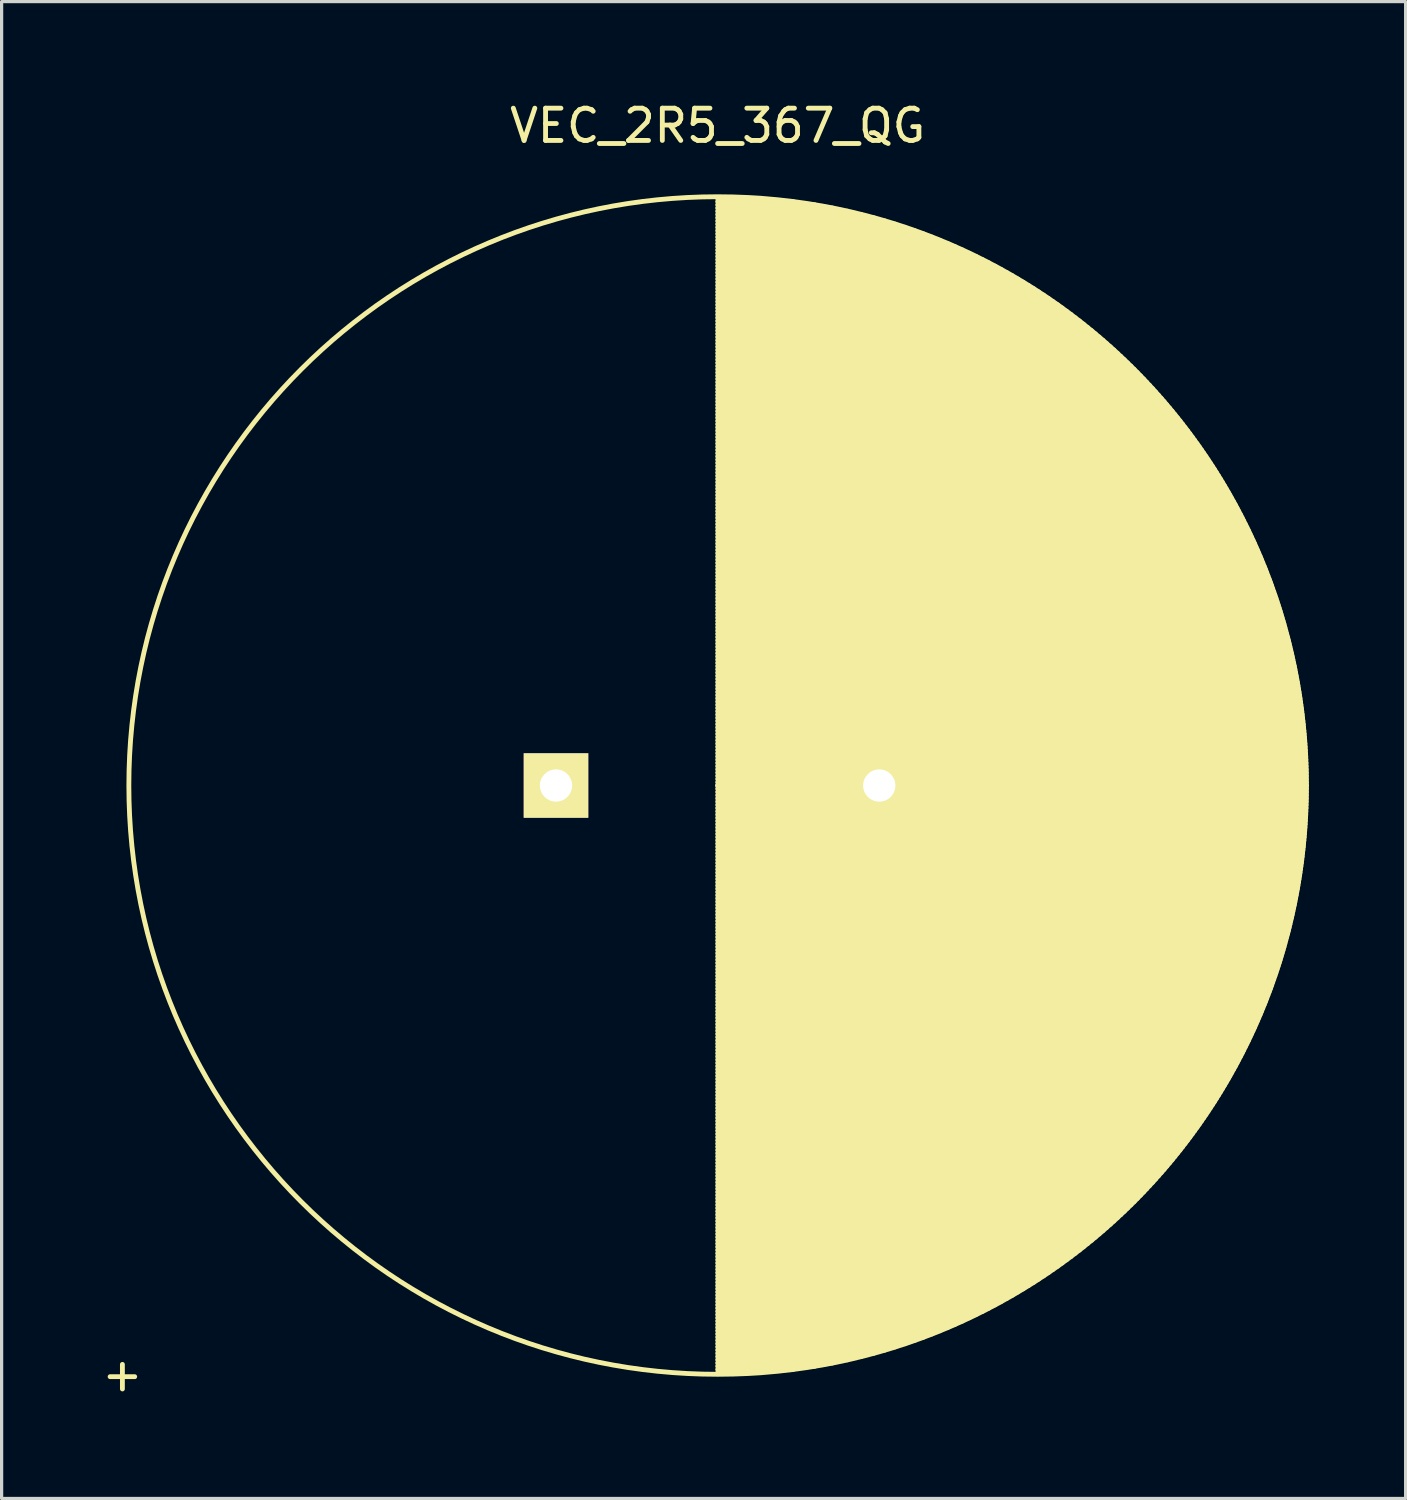
<source format=kicad_pcb>
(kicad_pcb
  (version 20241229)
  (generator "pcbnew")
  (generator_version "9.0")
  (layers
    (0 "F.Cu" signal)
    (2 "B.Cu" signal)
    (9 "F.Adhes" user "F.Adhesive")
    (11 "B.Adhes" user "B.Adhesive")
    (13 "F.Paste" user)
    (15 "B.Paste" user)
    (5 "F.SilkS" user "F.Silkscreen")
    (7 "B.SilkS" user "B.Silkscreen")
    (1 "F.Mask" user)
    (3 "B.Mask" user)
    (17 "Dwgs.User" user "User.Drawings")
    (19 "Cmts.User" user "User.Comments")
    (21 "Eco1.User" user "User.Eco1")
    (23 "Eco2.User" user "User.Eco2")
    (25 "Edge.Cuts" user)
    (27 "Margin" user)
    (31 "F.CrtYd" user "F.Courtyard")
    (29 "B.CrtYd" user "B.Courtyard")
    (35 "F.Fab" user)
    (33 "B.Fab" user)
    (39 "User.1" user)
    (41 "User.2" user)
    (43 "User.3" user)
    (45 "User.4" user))
  (footprint "VEC_2R5_367_QG"
    (layer "F.Cu")
    (at 14.184 21.298)
    (property "Reference" "VEC_2R5_367_QG" (at 5.01 -20.45 0) (layer "F.SilkS") (effects (font (size 1 1) (thickness 0.15))))
    (attr through_hole)
    (fp_line (start 5.01 -18.2) (end 6.36 -18.2) (stroke (width 0.15) (type solid)) (layer "F.SilkS"))
    (fp_line (start 5.01 -18.1) (end 7.345 -18.1) (stroke (width 0.15) (type solid)) (layer "F.SilkS"))
    (fp_line (start 5.01 -18) (end 8.02 -18) (stroke (width 0.15) (type solid)) (layer "F.SilkS"))
    (fp_line (start 5.01 -17.9) (end 8.567 -17.9) (stroke (width 0.15) (type solid)) (layer "F.SilkS"))
    (fp_line (start 5.01 -17.8) (end 9.038 -17.8) (stroke (width 0.15) (type solid)) (layer "F.SilkS"))
    (fp_line (start 5.01 -17.7) (end 9.457 -17.7) (stroke (width 0.15) (type solid)) (layer "F.SilkS"))
    (fp_line (start 5.01 -17.6) (end 9.837 -17.6) (stroke (width 0.15) (type solid)) (layer "F.SilkS"))
    (fp_line (start 5.01 -17.5) (end 10.188 -17.5) (stroke (width 0.15) (type solid)) (layer "F.SilkS"))
    (fp_line (start 5.01 -17.4) (end 10.515 -17.4) (stroke (width 0.15) (type solid)) (layer "F.SilkS"))
    (fp_line (start 5.01 -17.3) (end 10.821 -17.3) (stroke (width 0.15) (type solid)) (layer "F.SilkS"))
    (fp_line (start 5.01 -17.2) (end 11.111 -17.2) (stroke (width 0.15) (type solid)) (layer "F.SilkS"))
    (fp_line (start 5.01 -17.1) (end 11.386 -17.1) (stroke (width 0.15) (type solid)) (layer "F.SilkS"))
    (fp_line (start 5.01 -17) (end 11.648 -17) (stroke (width 0.15) (type solid)) (layer "F.SilkS"))
    (fp_line (start 5.01 -16.9) (end 11.899 -16.9) (stroke (width 0.15) (type solid)) (layer "F.SilkS"))
    (fp_line (start 5.01 -16.8) (end 12.139 -16.8) (stroke (width 0.15) (type solid)) (layer "F.SilkS"))
    (fp_line (start 5.01 -16.7) (end 12.37 -16.7) (stroke (width 0.15) (type solid)) (layer "F.SilkS"))
    (fp_line (start 5.01 -16.6) (end 12.593 -16.6) (stroke (width 0.15) (type solid)) (layer "F.SilkS"))
    (fp_line (start 5.01 -16.5) (end 12.808 -16.5) (stroke (width 0.15) (type solid)) (layer "F.SilkS"))
    (fp_line (start 5.01 -16.4) (end 13.016 -16.4) (stroke (width 0.15) (type solid)) (layer "F.SilkS"))
    (fp_line (start 5.01 -16.3) (end 13.218 -16.3) (stroke (width 0.15) (type solid)) (layer "F.SilkS"))
    (fp_line (start 5.01 -16.2) (end 13.414 -16.2) (stroke (width 0.15) (type solid)) (layer "F.SilkS"))
    (fp_line (start 5.01 -16.1) (end 13.604 -16.1) (stroke (width 0.15) (type solid)) (layer "F.SilkS"))
    (fp_line (start 5.01 -16) (end 13.789 -16) (stroke (width 0.15) (type solid)) (layer "F.SilkS"))
    (fp_line (start 5.01 -15.9) (end 13.968 -15.9) (stroke (width 0.15) (type solid)) (layer "F.SilkS"))
    (fp_line (start 5.01 -15.8) (end 14.144 -15.8) (stroke (width 0.15) (type solid)) (layer "F.SilkS"))
    (fp_line (start 5.01 -15.7) (end 14.314 -15.7) (stroke (width 0.15) (type solid)) (layer "F.SilkS"))
    (fp_line (start 5.01 -15.6) (end 14.481 -15.6) (stroke (width 0.15) (type solid)) (layer "F.SilkS"))
    (fp_line (start 5.01 -15.5) (end 14.644 -15.5) (stroke (width 0.15) (type solid)) (layer "F.SilkS"))
    (fp_line (start 5.01 -15.4) (end 14.803 -15.4) (stroke (width 0.15) (type solid)) (layer "F.SilkS"))
    (fp_line (start 5.01 -15.3) (end 14.958 -15.3) (stroke (width 0.15) (type solid)) (layer "F.SilkS"))
    (fp_line (start 5.01 -15.2) (end 15.111 -15.2) (stroke (width 0.15) (type solid)) (layer "F.SilkS"))
    (fp_line (start 5.01 -15.1) (end 15.26 -15.1) (stroke (width 0.15) (type solid)) (layer "F.SilkS"))
    (fp_line (start 5.01 -15) (end 15.405 -15) (stroke (width 0.15) (type solid)) (layer "F.SilkS"))
    (fp_line (start 5.01 -14.9) (end 15.548 -14.9) (stroke (width 0.15) (type solid)) (layer "F.SilkS"))
    (fp_line (start 5.01 -14.8) (end 15.688 -14.8) (stroke (width 0.15) (type solid)) (layer "F.SilkS"))
    (fp_line (start 5.01 -14.7) (end 15.825 -14.7) (stroke (width 0.15) (type solid)) (layer "F.SilkS"))
    (fp_line (start 5.01 -14.6) (end 15.96 -14.6) (stroke (width 0.15) (type solid)) (layer "F.SilkS"))
    (fp_line (start 5.01 -14.5) (end 16.092 -14.5) (stroke (width 0.15) (type solid)) (layer "F.SilkS"))
    (fp_line (start 5.01 -14.4) (end 16.222 -14.4) (stroke (width 0.15) (type solid)) (layer "F.SilkS"))
    (fp_line (start 5.01 -14.3) (end 16.349 -14.3) (stroke (width 0.15) (type solid)) (layer "F.SilkS"))
    (fp_line (start 5.01 -14.2) (end 16.474 -14.2) (stroke (width 0.15) (type solid)) (layer "F.SilkS"))
    (fp_line (start 5.01 -14.1) (end 16.597 -14.1) (stroke (width 0.15) (type solid)) (layer "F.SilkS"))
    (fp_line (start 5.01 -14) (end 16.717 -14) (stroke (width 0.15) (type solid)) (layer "F.SilkS"))
    (fp_line (start 5.01 -13.9) (end 16.836 -13.9) (stroke (width 0.15) (type solid)) (layer "F.SilkS"))
    (fp_line (start 5.01 -13.8) (end 16.952 -13.8) (stroke (width 0.15) (type solid)) (layer "F.SilkS"))
    (fp_line (start 5.01 -13.7) (end 17.067 -13.7) (stroke (width 0.15) (type solid)) (layer "F.SilkS"))
    (fp_line (start 5.01 -13.6) (end 17.18 -13.6) (stroke (width 0.15) (type solid)) (layer "F.SilkS"))
    (fp_line (start 5.01 -13.5) (end 17.291 -13.5) (stroke (width 0.15) (type solid)) (layer "F.SilkS"))
    (fp_line (start 5.01 -13.4) (end 17.4 -13.4) (stroke (width 0.15) (type solid)) (layer "F.SilkS"))
    (fp_line (start 5.01 -13.3) (end 17.507 -13.3) (stroke (width 0.15) (type solid)) (layer "F.SilkS"))
    (fp_line (start 5.01 -13.2) (end 17.612 -13.2) (stroke (width 0.15) (type solid)) (layer "F.SilkS"))
    (fp_line (start 5.01 -13.1) (end 17.716 -13.1) (stroke (width 0.15) (type solid)) (layer "F.SilkS"))
    (fp_line (start 5.01 -13) (end 17.819 -13) (stroke (width 0.15) (type solid)) (layer "F.SilkS"))
    (fp_line (start 5.01 -12.9) (end 17.919 -12.9) (stroke (width 0.15) (type solid)) (layer "F.SilkS"))
    (fp_line (start 5.01 -12.8) (end 18.019 -12.8) (stroke (width 0.15) (type solid)) (layer "F.SilkS"))
    (fp_line (start 5.01 -12.7) (end 18.116 -12.7) (stroke (width 0.15) (type solid)) (layer "F.SilkS"))
    (fp_line (start 5.01 -12.6) (end 18.212 -12.6) (stroke (width 0.15) (type solid)) (layer "F.SilkS"))
    (fp_line (start 5.01 -12.5) (end 18.307 -12.5) (stroke (width 0.15) (type solid)) (layer "F.SilkS"))
    (fp_line (start 5.01 -12.4) (end 18.4 -12.4) (stroke (width 0.15) (type solid)) (layer "F.SilkS"))
    (fp_line (start 5.01 -12.3) (end 18.492 -12.3) (stroke (width 0.15) (type solid)) (layer "F.SilkS"))
    (fp_line (start 5.01 -12.2) (end 18.583 -12.2) (stroke (width 0.15) (type solid)) (layer "F.SilkS"))
    (fp_line (start 5.01 -12.1) (end 18.672 -12.1) (stroke (width 0.15) (type solid)) (layer "F.SilkS"))
    (fp_line (start 5.01 -12) (end 18.76 -12) (stroke (width 0.15) (type solid)) (layer "F.SilkS"))
    (fp_line (start 5.01 -11.9) (end 18.847 -11.9) (stroke (width 0.15) (type solid)) (layer "F.SilkS"))
    (fp_line (start 5.01 -11.8) (end 18.932 -11.8) (stroke (width 0.15) (type solid)) (layer "F.SilkS"))
    (fp_line (start 5.01 -11.7) (end 19.016 -11.7) (stroke (width 0.15) (type solid)) (layer "F.SilkS"))
    (fp_line (start 5.01 -11.6) (end 19.099 -11.6) (stroke (width 0.15) (type solid)) (layer "F.SilkS"))
    (fp_line (start 5.01 -11.5) (end 19.181 -11.5) (stroke (width 0.15) (type solid)) (layer "F.SilkS"))
    (fp_line (start 5.01 -11.4) (end 19.261 -11.4) (stroke (width 0.15) (type solid)) (layer "F.SilkS"))
    (fp_line (start 5.01 -11.3) (end 19.341 -11.3) (stroke (width 0.15) (type solid)) (layer "F.SilkS"))
    (fp_line (start 5.01 -11.2) (end 19.419 -11.2) (stroke (width 0.15) (type solid)) (layer "F.SilkS"))
    (fp_line (start 5.01 -11.1) (end 19.496 -11.1) (stroke (width 0.15) (type solid)) (layer "F.SilkS"))
    (fp_line (start 5.01 -11) (end 19.572 -11) (stroke (width 0.15) (type solid)) (layer "F.SilkS"))
    (fp_line (start 5.01 -10.9) (end 19.647 -10.9) (stroke (width 0.15) (type solid)) (layer "F.SilkS"))
    (fp_line (start 5.01 -10.8) (end 19.721 -10.8) (stroke (width 0.15) (type solid)) (layer "F.SilkS"))
    (fp_line (start 5.01 -10.7) (end 19.794 -10.7) (stroke (width 0.15) (type solid)) (layer "F.SilkS"))
    (fp_line (start 5.01 -10.6) (end 19.866 -10.6) (stroke (width 0.15) (type solid)) (layer "F.SilkS"))
    (fp_line (start 5.01 -10.5) (end 19.937 -10.5) (stroke (width 0.15) (type solid)) (layer "F.SilkS"))
    (fp_line (start 5.01 -10.4) (end 20.007 -10.4) (stroke (width 0.15) (type solid)) (layer "F.SilkS"))
    (fp_line (start 5.01 -10.3) (end 20.076 -10.3) (stroke (width 0.15) (type solid)) (layer "F.SilkS"))
    (fp_line (start 5.01 -10.2) (end 20.143 -10.2) (stroke (width 0.15) (type solid)) (layer "F.SilkS"))
    (fp_line (start 5.01 -10.1) (end 20.21 -10.1) (stroke (width 0.15) (type solid)) (layer "F.SilkS"))
    (fp_line (start 5.01 -10) (end 20.276 -10) (stroke (width 0.15) (type solid)) (layer "F.SilkS"))
    (fp_line (start 5.01 -9.9) (end 20.341 -9.9) (stroke (width 0.15) (type solid)) (layer "F.SilkS"))
    (fp_line (start 5.01 -9.8) (end 20.406 -9.8) (stroke (width 0.15) (type solid)) (layer "F.SilkS"))
    (fp_line (start 5.01 -9.7) (end 20.469 -9.7) (stroke (width 0.15) (type solid)) (layer "F.SilkS"))
    (fp_line (start 5.01 -9.6) (end 20.531 -9.6) (stroke (width 0.15) (type solid)) (layer "F.SilkS"))
    (fp_line (start 5.01 -9.5) (end 20.592 -9.5) (stroke (width 0.15) (type solid)) (layer "F.SilkS"))
    (fp_line (start 5.01 -9.4) (end 20.653 -9.4) (stroke (width 0.15) (type solid)) (layer "F.SilkS"))
    (fp_line (start 5.01 -9.3) (end 20.713 -9.3) (stroke (width 0.15) (type solid)) (layer "F.SilkS"))
    (fp_line (start 5.01 -9.2) (end 20.771 -9.2) (stroke (width 0.15) (type solid)) (layer "F.SilkS"))
    (fp_line (start 5.01 -9.1) (end 20.829 -9.1) (stroke (width 0.15) (type solid)) (layer "F.SilkS"))
    (fp_line (start 5.01 -9) (end 20.886 -9) (stroke (width 0.15) (type solid)) (layer "F.SilkS"))
    (fp_line (start 5.01 -8.9) (end 20.943 -8.9) (stroke (width 0.15) (type solid)) (layer "F.SilkS"))
    (fp_line (start 5.01 -8.8) (end 20.998 -8.8) (stroke (width 0.15) (type solid)) (layer "F.SilkS"))
    (fp_line (start 5.01 -8.7) (end 21.053 -8.7) (stroke (width 0.15) (type solid)) (layer "F.SilkS"))
    (fp_line (start 5.01 -8.6) (end 21.107 -8.6) (stroke (width 0.15) (type solid)) (layer "F.SilkS"))
    (fp_line (start 5.01 -8.5) (end 21.16 -8.5) (stroke (width 0.15) (type solid)) (layer "F.SilkS"))
    (fp_line (start 5.01 -8.4) (end 21.212 -8.4) (stroke (width 0.15) (type solid)) (layer "F.SilkS"))
    (fp_line (start 5.01 -8.3) (end 21.263 -8.3) (stroke (width 0.15) (type solid)) (layer "F.SilkS"))
    (fp_line (start 5.01 -8.2) (end 21.314 -8.2) (stroke (width 0.15) (type solid)) (layer "F.SilkS"))
    (fp_line (start 5.01 -8.1) (end 21.364 -8.1) (stroke (width 0.15) (type solid)) (layer "F.SilkS"))
    (fp_line (start 5.01 -8) (end 21.413 -8) (stroke (width 0.15) (type solid)) (layer "F.SilkS"))
    (fp_line (start 5.01 -7.9) (end 21.462 -7.9) (stroke (width 0.15) (type solid)) (layer "F.SilkS"))
    (fp_line (start 5.01 -7.8) (end 21.509 -7.8) (stroke (width 0.15) (type solid)) (layer "F.SilkS"))
    (fp_line (start 5.01 -7.7) (end 21.556 -7.7) (stroke (width 0.15) (type solid)) (layer "F.SilkS"))
    (fp_line (start 5.01 -7.6) (end 21.602 -7.6) (stroke (width 0.15) (type solid)) (layer "F.SilkS"))
    (fp_line (start 5.01 -7.5) (end 21.648 -7.5) (stroke (width 0.15) (type solid)) (layer "F.SilkS"))
    (fp_line (start 5.01 -7.4) (end 21.692 -7.4) (stroke (width 0.15) (type solid)) (layer "F.SilkS"))
    (fp_line (start 5.01 -7.3) (end 21.736 -7.3) (stroke (width 0.15) (type solid)) (layer "F.SilkS"))
    (fp_line (start 5.01 -7.2) (end 21.78 -7.2) (stroke (width 0.15) (type solid)) (layer "F.SilkS"))
    (fp_line (start 5.01 -7.1) (end 21.822 -7.1) (stroke (width 0.15) (type solid)) (layer "F.SilkS"))
    (fp_line (start 5.01 -7) (end 21.864 -7) (stroke (width 0.15) (type solid)) (layer "F.SilkS"))
    (fp_line (start 5.01 -6.9) (end 21.905 -6.9) (stroke (width 0.15) (type solid)) (layer "F.SilkS"))
    (fp_line (start 5.01 -6.8) (end 21.946 -6.8) (stroke (width 0.15) (type solid)) (layer "F.SilkS"))
    (fp_line (start 5.01 -6.7) (end 21.986 -6.7) (stroke (width 0.15) (type solid)) (layer "F.SilkS"))
    (fp_line (start 5.01 -6.6) (end 22.025 -6.6) (stroke (width 0.15) (type solid)) (layer "F.SilkS"))
    (fp_line (start 5.01 -6.5) (end 22.063 -6.5) (stroke (width 0.15) (type solid)) (layer "F.SilkS"))
    (fp_line (start 5.01 -6.4) (end 22.101 -6.4) (stroke (width 0.15) (type solid)) (layer "F.SilkS"))
    (fp_line (start 5.01 -6.3) (end 22.138 -6.3) (stroke (width 0.15) (type solid)) (layer "F.SilkS"))
    (fp_line (start 5.01 -6.2) (end 22.175 -6.2) (stroke (width 0.15) (type solid)) (layer "F.SilkS"))
    (fp_line (start 5.01 -6.1) (end 22.21 -6.1) (stroke (width 0.15) (type solid)) (layer "F.SilkS"))
    (fp_line (start 5.01 -6) (end 22.246 -6) (stroke (width 0.15) (type solid)) (layer "F.SilkS"))
    (fp_line (start 5.01 -5.9) (end 22.28 -5.9) (stroke (width 0.15) (type solid)) (layer "F.SilkS"))
    (fp_line (start 5.01 -5.8) (end 22.314 -5.8) (stroke (width 0.15) (type solid)) (layer "F.SilkS"))
    (fp_line (start 5.01 -5.7) (end 22.347 -5.7) (stroke (width 0.15) (type solid)) (layer "F.SilkS"))
    (fp_line (start 5.01 -5.6) (end 22.38 -5.6) (stroke (width 0.15) (type solid)) (layer "F.SilkS"))
    (fp_line (start 5.01 -5.5) (end 22.412 -5.5) (stroke (width 0.15) (type solid)) (layer "F.SilkS"))
    (fp_line (start 5.01 -5.4) (end 22.443 -5.4) (stroke (width 0.15) (type solid)) (layer "F.SilkS"))
    (fp_line (start 5.01 -5.3) (end 22.473 -5.3) (stroke (width 0.15) (type solid)) (layer "F.SilkS"))
    (fp_line (start 5.01 -5.2) (end 22.503 -5.2) (stroke (width 0.15) (type solid)) (layer "F.SilkS"))
    (fp_line (start 5.01 -5.1) (end 22.533 -5.1) (stroke (width 0.15) (type solid)) (layer "F.SilkS"))
    (fp_line (start 5.01 -5) (end 22.562 -5) (stroke (width 0.15) (type solid)) (layer "F.SilkS"))
    (fp_line (start 5.01 -4.9) (end 22.59 -4.9) (stroke (width 0.15) (type solid)) (layer "F.SilkS"))
    (fp_line (start 5.01 -4.8) (end 22.617 -4.8) (stroke (width 0.15) (type solid)) (layer "F.SilkS"))
    (fp_line (start 5.01 -4.7) (end 22.644 -4.7) (stroke (width 0.15) (type solid)) (layer "F.SilkS"))
    (fp_line (start 5.01 -4.6) (end 22.671 -4.6) (stroke (width 0.15) (type solid)) (layer "F.SilkS"))
    (fp_line (start 5.01 -4.5) (end 22.697 -4.5) (stroke (width 0.15) (type solid)) (layer "F.SilkS"))
    (fp_line (start 5.01 -4.4) (end 22.722 -4.4) (stroke (width 0.15) (type solid)) (layer "F.SilkS"))
    (fp_line (start 5.01 -4.3) (end 22.746 -4.3) (stroke (width 0.15) (type solid)) (layer "F.SilkS"))
    (fp_line (start 5.01 -4.2) (end 22.77 -4.2) (stroke (width 0.15) (type solid)) (layer "F.SilkS"))
    (fp_line (start 5.01 -4.1) (end 22.793 -4.1) (stroke (width 0.15) (type solid)) (layer "F.SilkS"))
    (fp_line (start 5.01 -4) (end 22.816 -4) (stroke (width 0.15) (type solid)) (layer "F.SilkS"))
    (fp_line (start 5.01 -3.9) (end 22.838 -3.9) (stroke (width 0.15) (type solid)) (layer "F.SilkS"))
    (fp_line (start 5.01 -3.8) (end 22.86 -3.8) (stroke (width 0.15) (type solid)) (layer "F.SilkS"))
    (fp_line (start 5.01 -3.7) (end 22.881 -3.7) (stroke (width 0.15) (type solid)) (layer "F.SilkS"))
    (fp_line (start 5.01 -3.6) (end 22.901 -3.6) (stroke (width 0.15) (type solid)) (layer "F.SilkS"))
    (fp_line (start 5.01 -3.5) (end 22.921 -3.5) (stroke (width 0.15) (type solid)) (layer "F.SilkS"))
    (fp_line (start 5.01 -3.4) (end 22.94 -3.4) (stroke (width 0.15) (type solid)) (layer "F.SilkS"))
    (fp_line (start 5.01 -3.3) (end 22.959 -3.3) (stroke (width 0.15) (type solid)) (layer "F.SilkS"))
    (fp_line (start 5.01 -3.2) (end 22.977 -3.2) (stroke (width 0.15) (type solid)) (layer "F.SilkS"))
    (fp_line (start 5.01 -3.1) (end 22.995 -3.1) (stroke (width 0.15) (type solid)) (layer "F.SilkS"))
    (fp_line (start 5.01 -3) (end 23.012 -3) (stroke (width 0.15) (type solid)) (layer "F.SilkS"))
    (fp_line (start 5.01 -2.9) (end 23.028 -2.9) (stroke (width 0.15) (type solid)) (layer "F.SilkS"))
    (fp_line (start 5.01 -2.8) (end 23.044 -2.8) (stroke (width 0.15) (type solid)) (layer "F.SilkS"))
    (fp_line (start 5.01 -2.7) (end 23.059 -2.7) (stroke (width 0.15) (type solid)) (layer "F.SilkS"))
    (fp_line (start 5.01 -2.6) (end 23.074 -2.6) (stroke (width 0.15) (type solid)) (layer "F.SilkS"))
    (fp_line (start 5.01 -2.5) (end 23.088 -2.5) (stroke (width 0.15) (type solid)) (layer "F.SilkS"))
    (fp_line (start 5.01 -2.4) (end 23.102 -2.4) (stroke (width 0.15) (type solid)) (layer "F.SilkS"))
    (fp_line (start 5.01 -2.3) (end 23.114 -2.3) (stroke (width 0.15) (type solid)) (layer "F.SilkS"))
    (fp_line (start 5.01 -2.2) (end 23.127 -2.2) (stroke (width 0.15) (type solid)) (layer "F.SilkS"))
    (fp_line (start 5.01 -2.1) (end 23.139 -2.1) (stroke (width 0.15) (type solid)) (layer "F.SilkS"))
    (fp_line (start 5.01 -2) (end 23.15 -2) (stroke (width 0.15) (type solid)) (layer "F.SilkS"))
    (fp_line (start 5.01 -1.9) (end 23.161 -1.9) (stroke (width 0.15) (type solid)) (layer "F.SilkS"))
    (fp_line (start 5.01 -1.8) (end 23.171 -1.8) (stroke (width 0.15) (type solid)) (layer "F.SilkS"))
    (fp_line (start 5.01 -1.7) (end 23.181 -1.7) (stroke (width 0.15) (type solid)) (layer "F.SilkS"))
    (fp_line (start 5.01 -1.6) (end 23.19 -1.6) (stroke (width 0.15) (type solid)) (layer "F.SilkS"))
    (fp_line (start 5.01 -1.5) (end 23.198 -1.5) (stroke (width 0.15) (type solid)) (layer "F.SilkS"))
    (fp_line (start 5.01 -1.4) (end 23.206 -1.4) (stroke (width 0.15) (type solid)) (layer "F.SilkS"))
    (fp_line (start 5.01 -1.3) (end 23.214 -1.3) (stroke (width 0.15) (type solid)) (layer "F.SilkS"))
    (fp_line (start 5.01 -1.2) (end 23.221 -1.2) (stroke (width 0.15) (type solid)) (layer "F.SilkS"))
    (fp_line (start 5.01 -1.1) (end 23.227 -1.1) (stroke (width 0.15) (type solid)) (layer "F.SilkS"))
    (fp_line (start 5.01 -1) (end 23.233 -1) (stroke (width 0.15) (type solid)) (layer "F.SilkS"))
    (fp_line (start 5.01 -0.9) (end 23.238 -0.9) (stroke (width 0.15) (type solid)) (layer "F.SilkS"))
    (fp_line (start 5.01 -0.8) (end 23.242 -0.8) (stroke (width 0.15) (type solid)) (layer "F.SilkS"))
    (fp_line (start 5.01 -0.7) (end 23.247 -0.7) (stroke (width 0.15) (type solid)) (layer "F.SilkS"))
    (fp_line (start 5.01 -0.6) (end 23.25 -0.6) (stroke (width 0.15) (type solid)) (layer "F.SilkS"))
    (fp_line (start 5.01 -0.5) (end 23.253 -0.5) (stroke (width 0.15) (type solid)) (layer "F.SilkS"))
    (fp_line (start 5.01 -0.4) (end 23.256 -0.4) (stroke (width 0.15) (type solid)) (layer "F.SilkS"))
    (fp_line (start 5.01 -0.3) (end 23.258 -0.3) (stroke (width 0.15) (type solid)) (layer "F.SilkS"))
    (fp_line (start 5.01 -0.2) (end 23.259 -0.2) (stroke (width 0.15) (type solid)) (layer "F.SilkS"))
    (fp_line (start 5.01 -0.1) (end 23.26 -0.1) (stroke (width 0.15) (type solid)) (layer "F.SilkS"))
    (fp_line (start 5.01 0) (end 23.26 0) (stroke (width 0.15) (type solid)) (layer "F.SilkS"))
    (fp_line (start 5.01 0) (end 23.26 0) (stroke (width 0.15) (type solid)) (layer "F.SilkS"))
    (fp_line (start 5.01 0.1) (end 23.26 0.1) (stroke (width 0.15) (type solid)) (layer "F.SilkS"))
    (fp_line (start 5.01 0.2) (end 23.259 0.2) (stroke (width 0.15) (type solid)) (layer "F.SilkS"))
    (fp_line (start 5.01 0.3) (end 23.258 0.3) (stroke (width 0.15) (type solid)) (layer "F.SilkS"))
    (fp_line (start 5.01 0.4) (end 23.256 0.4) (stroke (width 0.15) (type solid)) (layer "F.SilkS"))
    (fp_line (start 5.01 0.5) (end 23.253 0.5) (stroke (width 0.15) (type solid)) (layer "F.SilkS"))
    (fp_line (start 5.01 0.6) (end 23.25 0.6) (stroke (width 0.15) (type solid)) (layer "F.SilkS"))
    (fp_line (start 5.01 0.7) (end 23.247 0.7) (stroke (width 0.15) (type solid)) (layer "F.SilkS"))
    (fp_line (start 5.01 0.8) (end 23.242 0.8) (stroke (width 0.15) (type solid)) (layer "F.SilkS"))
    (fp_line (start 5.01 0.9) (end 23.238 0.9) (stroke (width 0.15) (type solid)) (layer "F.SilkS"))
    (fp_line (start 5.01 1) (end 23.233 1) (stroke (width 0.15) (type solid)) (layer "F.SilkS"))
    (fp_line (start 5.01 1.1) (end 23.227 1.1) (stroke (width 0.15) (type solid)) (layer "F.SilkS"))
    (fp_line (start 5.01 1.2) (end 23.221 1.2) (stroke (width 0.15) (type solid)) (layer "F.SilkS"))
    (fp_line (start 5.01 1.3) (end 23.214 1.3) (stroke (width 0.15) (type solid)) (layer "F.SilkS"))
    (fp_line (start 5.01 1.4) (end 23.206 1.4) (stroke (width 0.15) (type solid)) (layer "F.SilkS"))
    (fp_line (start 5.01 1.5) (end 23.198 1.5) (stroke (width 0.15) (type solid)) (layer "F.SilkS"))
    (fp_line (start 5.01 1.6) (end 23.19 1.6) (stroke (width 0.15) (type solid)) (layer "F.SilkS"))
    (fp_line (start 5.01 1.7) (end 23.181 1.7) (stroke (width 0.15) (type solid)) (layer "F.SilkS"))
    (fp_line (start 5.01 1.8) (end 23.171 1.8) (stroke (width 0.15) (type solid)) (layer "F.SilkS"))
    (fp_line (start 5.01 1.9) (end 23.161 1.9) (stroke (width 0.15) (type solid)) (layer "F.SilkS"))
    (fp_line (start 5.01 2) (end 23.15 2) (stroke (width 0.15) (type solid)) (layer "F.SilkS"))
    (fp_line (start 5.01 2.1) (end 23.139 2.1) (stroke (width 0.15) (type solid)) (layer "F.SilkS"))
    (fp_line (start 5.01 2.2) (end 23.127 2.2) (stroke (width 0.15) (type solid)) (layer "F.SilkS"))
    (fp_line (start 5.01 2.3) (end 23.114 2.3) (stroke (width 0.15) (type solid)) (layer "F.SilkS"))
    (fp_line (start 5.01 2.4) (end 23.102 2.4) (stroke (width 0.15) (type solid)) (layer "F.SilkS"))
    (fp_line (start 5.01 2.5) (end 23.088 2.5) (stroke (width 0.15) (type solid)) (layer "F.SilkS"))
    (fp_line (start 5.01 2.6) (end 23.074 2.6) (stroke (width 0.15) (type solid)) (layer "F.SilkS"))
    (fp_line (start 5.01 2.7) (end 23.059 2.7) (stroke (width 0.15) (type solid)) (layer "F.SilkS"))
    (fp_line (start 5.01 2.8) (end 23.044 2.8) (stroke (width 0.15) (type solid)) (layer "F.SilkS"))
    (fp_line (start 5.01 2.9) (end 23.028 2.9) (stroke (width 0.15) (type solid)) (layer "F.SilkS"))
    (fp_line (start 5.01 3) (end 23.012 3) (stroke (width 0.15) (type solid)) (layer "F.SilkS"))
    (fp_line (start 5.01 3.1) (end 22.995 3.1) (stroke (width 0.15) (type solid)) (layer "F.SilkS"))
    (fp_line (start 5.01 3.2) (end 22.977 3.2) (stroke (width 0.15) (type solid)) (layer "F.SilkS"))
    (fp_line (start 5.01 3.3) (end 22.959 3.3) (stroke (width 0.15) (type solid)) (layer "F.SilkS"))
    (fp_line (start 5.01 3.4) (end 22.94 3.4) (stroke (width 0.15) (type solid)) (layer "F.SilkS"))
    (fp_line (start 5.01 3.5) (end 22.921 3.5) (stroke (width 0.15) (type solid)) (layer "F.SilkS"))
    (fp_line (start 5.01 3.6) (end 22.901 3.6) (stroke (width 0.15) (type solid)) (layer "F.SilkS"))
    (fp_line (start 5.01 3.7) (end 22.881 3.7) (stroke (width 0.15) (type solid)) (layer "F.SilkS"))
    (fp_line (start 5.01 3.8) (end 22.86 3.8) (stroke (width 0.15) (type solid)) (layer "F.SilkS"))
    (fp_line (start 5.01 3.9) (end 22.838 3.9) (stroke (width 0.15) (type solid)) (layer "F.SilkS"))
    (fp_line (start 5.01 4) (end 22.816 4) (stroke (width 0.15) (type solid)) (layer "F.SilkS"))
    (fp_line (start 5.01 4.1) (end 22.793 4.1) (stroke (width 0.15) (type solid)) (layer "F.SilkS"))
    (fp_line (start 5.01 4.2) (end 22.77 4.2) (stroke (width 0.15) (type solid)) (layer "F.SilkS"))
    (fp_line (start 5.01 4.3) (end 22.746 4.3) (stroke (width 0.15) (type solid)) (layer "F.SilkS"))
    (fp_line (start 5.01 4.4) (end 22.722 4.4) (stroke (width 0.15) (type solid)) (layer "F.SilkS"))
    (fp_line (start 5.01 4.5) (end 22.697 4.5) (stroke (width 0.15) (type solid)) (layer "F.SilkS"))
    (fp_line (start 5.01 4.6) (end 22.671 4.6) (stroke (width 0.15) (type solid)) (layer "F.SilkS"))
    (fp_line (start 5.01 4.7) (end 22.644 4.7) (stroke (width 0.15) (type solid)) (layer "F.SilkS"))
    (fp_line (start 5.01 4.8) (end 22.617 4.8) (stroke (width 0.15) (type solid)) (layer "F.SilkS"))
    (fp_line (start 5.01 4.9) (end 22.59 4.9) (stroke (width 0.15) (type solid)) (layer "F.SilkS"))
    (fp_line (start 5.01 5) (end 22.562 5) (stroke (width 0.15) (type solid)) (layer "F.SilkS"))
    (fp_line (start 5.01 5.1) (end 22.533 5.1) (stroke (width 0.15) (type solid)) (layer "F.SilkS"))
    (fp_line (start 5.01 5.2) (end 22.503 5.2) (stroke (width 0.15) (type solid)) (layer "F.SilkS"))
    (fp_line (start 5.01 5.3) (end 22.473 5.3) (stroke (width 0.15) (type solid)) (layer "F.SilkS"))
    (fp_line (start 5.01 5.4) (end 22.443 5.4) (stroke (width 0.15) (type solid)) (layer "F.SilkS"))
    (fp_line (start 5.01 5.5) (end 22.412 5.5) (stroke (width 0.15) (type solid)) (layer "F.SilkS"))
    (fp_line (start 5.01 5.6) (end 22.38 5.6) (stroke (width 0.15) (type solid)) (layer "F.SilkS"))
    (fp_line (start 5.01 5.7) (end 22.347 5.7) (stroke (width 0.15) (type solid)) (layer "F.SilkS"))
    (fp_line (start 5.01 5.8) (end 22.314 5.8) (stroke (width 0.15) (type solid)) (layer "F.SilkS"))
    (fp_line (start 5.01 5.9) (end 22.28 5.9) (stroke (width 0.15) (type solid)) (layer "F.SilkS"))
    (fp_line (start 5.01 6) (end 22.246 6) (stroke (width 0.15) (type solid)) (layer "F.SilkS"))
    (fp_line (start 5.01 6.1) (end 22.21 6.1) (stroke (width 0.15) (type solid)) (layer "F.SilkS"))
    (fp_line (start 5.01 6.2) (end 22.175 6.2) (stroke (width 0.15) (type solid)) (layer "F.SilkS"))
    (fp_line (start 5.01 6.3) (end 22.138 6.3) (stroke (width 0.15) (type solid)) (layer "F.SilkS"))
    (fp_line (start 5.01 6.4) (end 22.101 6.4) (stroke (width 0.15) (type solid)) (layer "F.SilkS"))
    (fp_line (start 5.01 6.5) (end 22.063 6.5) (stroke (width 0.15) (type solid)) (layer "F.SilkS"))
    (fp_line (start 5.01 6.6) (end 22.025 6.6) (stroke (width 0.15) (type solid)) (layer "F.SilkS"))
    (fp_line (start 5.01 6.7) (end 21.986 6.7) (stroke (width 0.15) (type solid)) (layer "F.SilkS"))
    (fp_line (start 5.01 6.8) (end 21.946 6.8) (stroke (width 0.15) (type solid)) (layer "F.SilkS"))
    (fp_line (start 5.01 6.9) (end 21.905 6.9) (stroke (width 0.15) (type solid)) (layer "F.SilkS"))
    (fp_line (start 5.01 7) (end 21.864 7) (stroke (width 0.15) (type solid)) (layer "F.SilkS"))
    (fp_line (start 5.01 7.1) (end 21.822 7.1) (stroke (width 0.15) (type solid)) (layer "F.SilkS"))
    (fp_line (start 5.01 7.2) (end 21.78 7.2) (stroke (width 0.15) (type solid)) (layer "F.SilkS"))
    (fp_line (start 5.01 7.3) (end 21.736 7.3) (stroke (width 0.15) (type solid)) (layer "F.SilkS"))
    (fp_line (start 5.01 7.4) (end 21.692 7.4) (stroke (width 0.15) (type solid)) (layer "F.SilkS"))
    (fp_line (start 5.01 7.5) (end 21.648 7.5) (stroke (width 0.15) (type solid)) (layer "F.SilkS"))
    (fp_line (start 5.01 7.6) (end 21.602 7.6) (stroke (width 0.15) (type solid)) (layer "F.SilkS"))
    (fp_line (start 5.01 7.7) (end 21.556 7.7) (stroke (width 0.15) (type solid)) (layer "F.SilkS"))
    (fp_line (start 5.01 7.8) (end 21.509 7.8) (stroke (width 0.15) (type solid)) (layer "F.SilkS"))
    (fp_line (start 5.01 7.9) (end 21.462 7.9) (stroke (width 0.15) (type solid)) (layer "F.SilkS"))
    (fp_line (start 5.01 8) (end 21.413 8) (stroke (width 0.15) (type solid)) (layer "F.SilkS"))
    (fp_line (start 5.01 8.1) (end 21.364 8.1) (stroke (width 0.15) (type solid)) (layer "F.SilkS"))
    (fp_line (start 5.01 8.2) (end 21.314 8.2) (stroke (width 0.15) (type solid)) (layer "F.SilkS"))
    (fp_line (start 5.01 8.3) (end 21.263 8.3) (stroke (width 0.15) (type solid)) (layer "F.SilkS"))
    (fp_line (start 5.01 8.4) (end 21.212 8.4) (stroke (width 0.15) (type solid)) (layer "F.SilkS"))
    (fp_line (start 5.01 8.5) (end 21.16 8.5) (stroke (width 0.15) (type solid)) (layer "F.SilkS"))
    (fp_line (start 5.01 8.6) (end 21.107 8.6) (stroke (width 0.15) (type solid)) (layer "F.SilkS"))
    (fp_line (start 5.01 8.7) (end 21.053 8.7) (stroke (width 0.15) (type solid)) (layer "F.SilkS"))
    (fp_line (start 5.01 8.8) (end 20.998 8.8) (stroke (width 0.15) (type solid)) (layer "F.SilkS"))
    (fp_line (start 5.01 8.9) (end 20.943 8.9) (stroke (width 0.15) (type solid)) (layer "F.SilkS"))
    (fp_line (start 5.01 9) (end 20.886 9) (stroke (width 0.15) (type solid)) (layer "F.SilkS"))
    (fp_line (start 5.01 9.1) (end 20.829 9.1) (stroke (width 0.15) (type solid)) (layer "F.SilkS"))
    (fp_line (start 5.01 9.2) (end 20.771 9.2) (stroke (width 0.15) (type solid)) (layer "F.SilkS"))
    (fp_line (start 5.01 9.3) (end 20.713 9.3) (stroke (width 0.15) (type solid)) (layer "F.SilkS"))
    (fp_line (start 5.01 9.4) (end 20.653 9.4) (stroke (width 0.15) (type solid)) (layer "F.SilkS"))
    (fp_line (start 5.01 9.5) (end 20.592 9.5) (stroke (width 0.15) (type solid)) (layer "F.SilkS"))
    (fp_line (start 5.01 9.6) (end 20.531 9.6) (stroke (width 0.15) (type solid)) (layer "F.SilkS"))
    (fp_line (start 5.01 9.7) (end 20.469 9.7) (stroke (width 0.15) (type solid)) (layer "F.SilkS"))
    (fp_line (start 5.01 9.8) (end 20.406 9.8) (stroke (width 0.15) (type solid)) (layer "F.SilkS"))
    (fp_line (start 5.01 9.9) (end 20.341 9.9) (stroke (width 0.15) (type solid)) (layer "F.SilkS"))
    (fp_line (start 5.01 10) (end 20.276 10) (stroke (width 0.15) (type solid)) (layer "F.SilkS"))
    (fp_line (start 5.01 10.1) (end 20.21 10.1) (stroke (width 0.15) (type solid)) (layer "F.SilkS"))
    (fp_line (start 5.01 10.2) (end 20.143 10.2) (stroke (width 0.15) (type solid)) (layer "F.SilkS"))
    (fp_line (start 5.01 10.3) (end 20.076 10.3) (stroke (width 0.15) (type solid)) (layer "F.SilkS"))
    (fp_line (start 5.01 10.4) (end 20.007 10.4) (stroke (width 0.15) (type solid)) (layer "F.SilkS"))
    (fp_line (start 5.01 10.5) (end 19.937 10.5) (stroke (width 0.15) (type solid)) (layer "F.SilkS"))
    (fp_line (start 5.01 10.6) (end 19.866 10.6) (stroke (width 0.15) (type solid)) (layer "F.SilkS"))
    (fp_line (start 5.01 10.7) (end 19.794 10.7) (stroke (width 0.15) (type solid)) (layer "F.SilkS"))
    (fp_line (start 5.01 10.8) (end 19.721 10.8) (stroke (width 0.15) (type solid)) (layer "F.SilkS"))
    (fp_line (start 5.01 10.9) (end 19.647 10.9) (stroke (width 0.15) (type solid)) (layer "F.SilkS"))
    (fp_line (start 5.01 11) (end 19.572 11) (stroke (width 0.15) (type solid)) (layer "F.SilkS"))
    (fp_line (start 5.01 11.1) (end 19.496 11.1) (stroke (width 0.15) (type solid)) (layer "F.SilkS"))
    (fp_line (start 5.01 11.2) (end 19.419 11.2) (stroke (width 0.15) (type solid)) (layer "F.SilkS"))
    (fp_line (start 5.01 11.3) (end 19.341 11.3) (stroke (width 0.15) (type solid)) (layer "F.SilkS"))
    (fp_line (start 5.01 11.4) (end 19.261 11.4) (stroke (width 0.15) (type solid)) (layer "F.SilkS"))
    (fp_line (start 5.01 11.5) (end 19.181 11.5) (stroke (width 0.15) (type solid)) (layer "F.SilkS"))
    (fp_line (start 5.01 11.6) (end 19.099 11.6) (stroke (width 0.15) (type solid)) (layer "F.SilkS"))
    (fp_line (start 5.01 11.7) (end 19.016 11.7) (stroke (width 0.15) (type solid)) (layer "F.SilkS"))
    (fp_line (start 5.01 11.8) (end 18.932 11.8) (stroke (width 0.15) (type solid)) (layer "F.SilkS"))
    (fp_line (start 5.01 11.9) (end 18.847 11.9) (stroke (width 0.15) (type solid)) (layer "F.SilkS"))
    (fp_line (start 5.01 12) (end 18.76 12) (stroke (width 0.15) (type solid)) (layer "F.SilkS"))
    (fp_line (start 5.01 12.1) (end 18.672 12.1) (stroke (width 0.15) (type solid)) (layer "F.SilkS"))
    (fp_line (start 5.01 12.2) (end 18.583 12.2) (stroke (width 0.15) (type solid)) (layer "F.SilkS"))
    (fp_line (start 5.01 12.3) (end 18.492 12.3) (stroke (width 0.15) (type solid)) (layer "F.SilkS"))
    (fp_line (start 5.01 12.4) (end 18.4 12.4) (stroke (width 0.15) (type solid)) (layer "F.SilkS"))
    (fp_line (start 5.01 12.5) (end 18.307 12.5) (stroke (width 0.15) (type solid)) (layer "F.SilkS"))
    (fp_line (start 5.01 12.6) (end 18.212 12.6) (stroke (width 0.15) (type solid)) (layer "F.SilkS"))
    (fp_line (start 5.01 12.7) (end 18.116 12.7) (stroke (width 0.15) (type solid)) (layer "F.SilkS"))
    (fp_line (start 5.01 12.8) (end 18.019 12.8) (stroke (width 0.15) (type solid)) (layer "F.SilkS"))
    (fp_line (start 5.01 12.9) (end 17.919 12.9) (stroke (width 0.15) (type solid)) (layer "F.SilkS"))
    (fp_line (start 5.01 13) (end 17.819 13) (stroke (width 0.15) (type solid)) (layer "F.SilkS"))
    (fp_line (start 5.01 13.1) (end 17.716 13.1) (stroke (width 0.15) (type solid)) (layer "F.SilkS"))
    (fp_line (start 5.01 13.2) (end 17.612 13.2) (stroke (width 0.15) (type solid)) (layer "F.SilkS"))
    (fp_line (start 5.01 13.3) (end 17.507 13.3) (stroke (width 0.15) (type solid)) (layer "F.SilkS"))
    (fp_line (start 5.01 13.4) (end 17.4 13.4) (stroke (width 0.15) (type solid)) (layer "F.SilkS"))
    (fp_line (start 5.01 13.5) (end 17.291 13.5) (stroke (width 0.15) (type solid)) (layer "F.SilkS"))
    (fp_line (start 5.01 13.6) (end 17.18 13.6) (stroke (width 0.15) (type solid)) (layer "F.SilkS"))
    (fp_line (start 5.01 13.7) (end 17.067 13.7) (stroke (width 0.15) (type solid)) (layer "F.SilkS"))
    (fp_line (start 5.01 13.8) (end 16.952 13.8) (stroke (width 0.15) (type solid)) (layer "F.SilkS"))
    (fp_line (start 5.01 13.9) (end 16.836 13.9) (stroke (width 0.15) (type solid)) (layer "F.SilkS"))
    (fp_line (start 5.01 14) (end 16.717 14) (stroke (width 0.15) (type solid)) (layer "F.SilkS"))
    (fp_line (start 5.01 14.1) (end 16.597 14.1) (stroke (width 0.15) (type solid)) (layer "F.SilkS"))
    (fp_line (start 5.01 14.2) (end 16.474 14.2) (stroke (width 0.15) (type solid)) (layer "F.SilkS"))
    (fp_line (start 5.01 14.3) (end 16.349 14.3) (stroke (width 0.15) (type solid)) (layer "F.SilkS"))
    (fp_line (start 5.01 14.4) (end 16.222 14.4) (stroke (width 0.15) (type solid)) (layer "F.SilkS"))
    (fp_line (start 5.01 14.5) (end 16.092 14.5) (stroke (width 0.15) (type solid)) (layer "F.SilkS"))
    (fp_line (start 5.01 14.6) (end 15.96 14.6) (stroke (width 0.15) (type solid)) (layer "F.SilkS"))
    (fp_line (start 5.01 14.7) (end 15.825 14.7) (stroke (width 0.15) (type solid)) (layer "F.SilkS"))
    (fp_line (start 5.01 14.8) (end 15.688 14.8) (stroke (width 0.15) (type solid)) (layer "F.SilkS"))
    (fp_line (start 5.01 14.9) (end 15.548 14.9) (stroke (width 0.15) (type solid)) (layer "F.SilkS"))
    (fp_line (start 5.01 15) (end 15.405 15) (stroke (width 0.15) (type solid)) (layer "F.SilkS"))
    (fp_line (start 5.01 15.1) (end 15.26 15.1) (stroke (width 0.15) (type solid)) (layer "F.SilkS"))
    (fp_line (start 5.01 15.2) (end 15.111 15.2) (stroke (width 0.15) (type solid)) (layer "F.SilkS"))
    (fp_line (start 5.01 15.3) (end 14.958 15.3) (stroke (width 0.15) (type solid)) (layer "F.SilkS"))
    (fp_line (start 5.01 15.4) (end 14.803 15.4) (stroke (width 0.15) (type solid)) (layer "F.SilkS"))
    (fp_line (start 5.01 15.5) (end 14.644 15.5) (stroke (width 0.15) (type solid)) (layer "F.SilkS"))
    (fp_line (start 5.01 15.6) (end 14.481 15.6) (stroke (width 0.15) (type solid)) (layer "F.SilkS"))
    (fp_line (start 5.01 15.7) (end 14.314 15.7) (stroke (width 0.15) (type solid)) (layer "F.SilkS"))
    (fp_line (start 5.01 15.8) (end 14.144 15.8) (stroke (width 0.15) (type solid)) (layer "F.SilkS"))
    (fp_line (start 5.01 15.9) (end 13.968 15.9) (stroke (width 0.15) (type solid)) (layer "F.SilkS"))
    (fp_line (start 5.01 16) (end 13.789 16) (stroke (width 0.15) (type solid)) (layer "F.SilkS"))
    (fp_line (start 5.01 16.1) (end 13.604 16.1) (stroke (width 0.15) (type solid)) (layer "F.SilkS"))
    (fp_line (start 5.01 16.2) (end 13.414 16.2) (stroke (width 0.15) (type solid)) (layer "F.SilkS"))
    (fp_line (start 5.01 16.3) (end 13.218 16.3) (stroke (width 0.15) (type solid)) (layer "F.SilkS"))
    (fp_line (start 5.01 16.4) (end 13.016 16.4) (stroke (width 0.15) (type solid)) (layer "F.SilkS"))
    (fp_line (start 5.01 16.5) (end 12.808 16.5) (stroke (width 0.15) (type solid)) (layer "F.SilkS"))
    (fp_line (start 5.01 16.6) (end 12.593 16.6) (stroke (width 0.15) (type solid)) (layer "F.SilkS"))
    (fp_line (start 5.01 16.7) (end 12.37 16.7) (stroke (width 0.15) (type solid)) (layer "F.SilkS"))
    (fp_line (start 5.01 16.8) (end 12.139 16.8) (stroke (width 0.15) (type solid)) (layer "F.SilkS"))
    (fp_line (start 5.01 16.9) (end 11.899 16.9) (stroke (width 0.15) (type solid)) (layer "F.SilkS"))
    (fp_line (start 5.01 17) (end 11.648 17) (stroke (width 0.15) (type solid)) (layer "F.SilkS"))
    (fp_line (start 5.01 17.1) (end 11.386 17.1) (stroke (width 0.15) (type solid)) (layer "F.SilkS"))
    (fp_line (start 5.01 17.2) (end 11.111 17.2) (stroke (width 0.15) (type solid)) (layer "F.SilkS"))
    (fp_line (start 5.01 17.3) (end 10.821 17.3) (stroke (width 0.15) (type solid)) (layer "F.SilkS"))
    (fp_line (start 5.01 17.4) (end 10.515 17.4) (stroke (width 0.15) (type solid)) (layer "F.SilkS"))
    (fp_line (start 5.01 17.5) (end 10.188 17.5) (stroke (width 0.15) (type solid)) (layer "F.SilkS"))
    (fp_line (start 5.01 17.6) (end 9.837 17.6) (stroke (width 0.15) (type solid)) (layer "F.SilkS"))
    (fp_line (start 5.01 17.7) (end 9.457 17.7) (stroke (width 0.15) (type solid)) (layer "F.SilkS"))
    (fp_line (start 5.01 17.8) (end 9.038 17.8) (stroke (width 0.15) (type solid)) (layer "F.SilkS"))
    (fp_line (start 5.01 17.9) (end 8.567 17.9) (stroke (width 0.15) (type solid)) (layer "F.SilkS"))
    (fp_line (start 5.01 18) (end 8.02 18) (stroke (width 0.15) (type solid)) (layer "F.SilkS"))
    (fp_line (start 5.01 18.1) (end 7.345 18.1) (stroke (width 0.15) (type solid)) (layer "F.SilkS"))
    (fp_line (start 5.01 18.2) (end 6.36 18.2) (stroke (width 0.15) (type solid)) (layer "F.SilkS"))
    (fp_circle (center 5.01 0) (end 5.01 -18.25) (stroke (width 0.15) (type solid)) (fill no) (layer "F.SilkS"))
    (fp_text user "+" (at -13.44 18.25 0) (layer "F.SilkS") (effects (font (size 1 1) (thickness 0.15))))
    (pad "1" thru_hole rect (at 0 0) (size 2 2) (drill 1) (layers "*.Cu" "*.Mask" "F.SilkS"))
    (pad "2" thru_hole circle (at 10.02 0) (size 2 2) (drill 1) (layers "*.Cu" "*.Mask" "F.SilkS")))
  (gr_rect
    (start -3 -3)
    (end 40.519 43.397)
    (stroke (width 0.1) (type default))
    (fill no)
    (layer "Edge.Cuts")))
</source>
